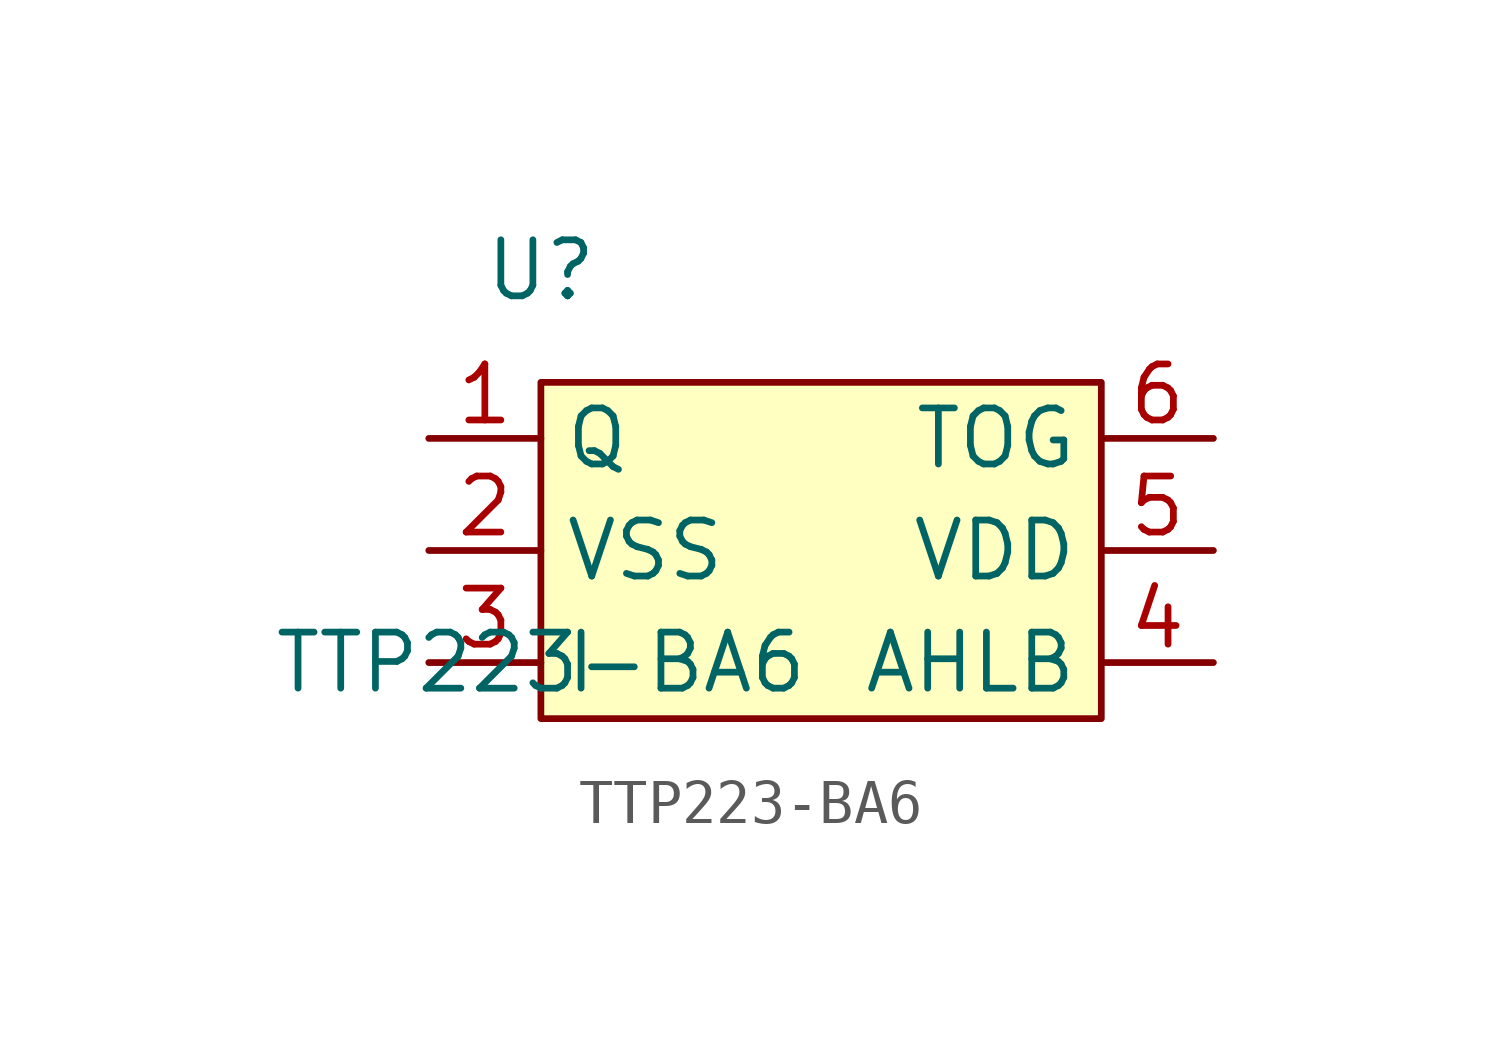
<source format=kicad_sym>
(kicad_symbol_lib
  (version 20220914)
  (generator kicad_symbol_editor)
  (symbol "TTP223-BA6"
    (property "Reference" "U"
      (at -6.35 6.35 0)
      (effects (font (size 1.27 1.27))))
    (property "Value" "TTP223-BA6"
      (at -6.35 -2.54 0)
      (effects (font (size 1.27 1.27))))
    (symbol "TTP223-BA6_1_1"
      (rectangle (start -6.35 3.81) (end 6.35 -3.81) (stroke (width 0) (type default)) (fill (type background)))
      (pin bidirectional line (at -8.89 2.54 0) (length 2.54) (name "Q" (effects (font (size 1.27 1.27)))) (number "1" (effects (font (size 1.27 1.27)))))
      (pin power_in line (at -8.89 0 0) (length 2.54) (name "VSS" (effects (font (size 1.27 1.27)))) (number "2" (effects (font (size 1.27 1.27)))))
      (pin bidirectional line (at -8.89 -2.54 0) (length 2.54) (name "I" (effects (font (size 1.27 1.27)))) (number "3" (effects (font (size 1.27 1.27)))))
      (pin bidirectional line (at 8.89 -2.54 180) (length 2.54) (name "AHLB" (effects (font (size 1.27 1.27)))) (number "4" (effects (font (size 1.27 1.27)))))
      (pin power_in line (at 8.89 0 180) (length 2.54) (name "VDD" (effects (font (size 1.27 1.27)))) (number "5" (effects (font (size 1.27 1.27)))))
      (pin bidirectional line (at 8.89 2.54 180) (length 2.54) (name "TOG" (effects (font (size 1.27 1.27)))) (number "6" (effects (font (size 1.27 1.27))))))))
</source>
